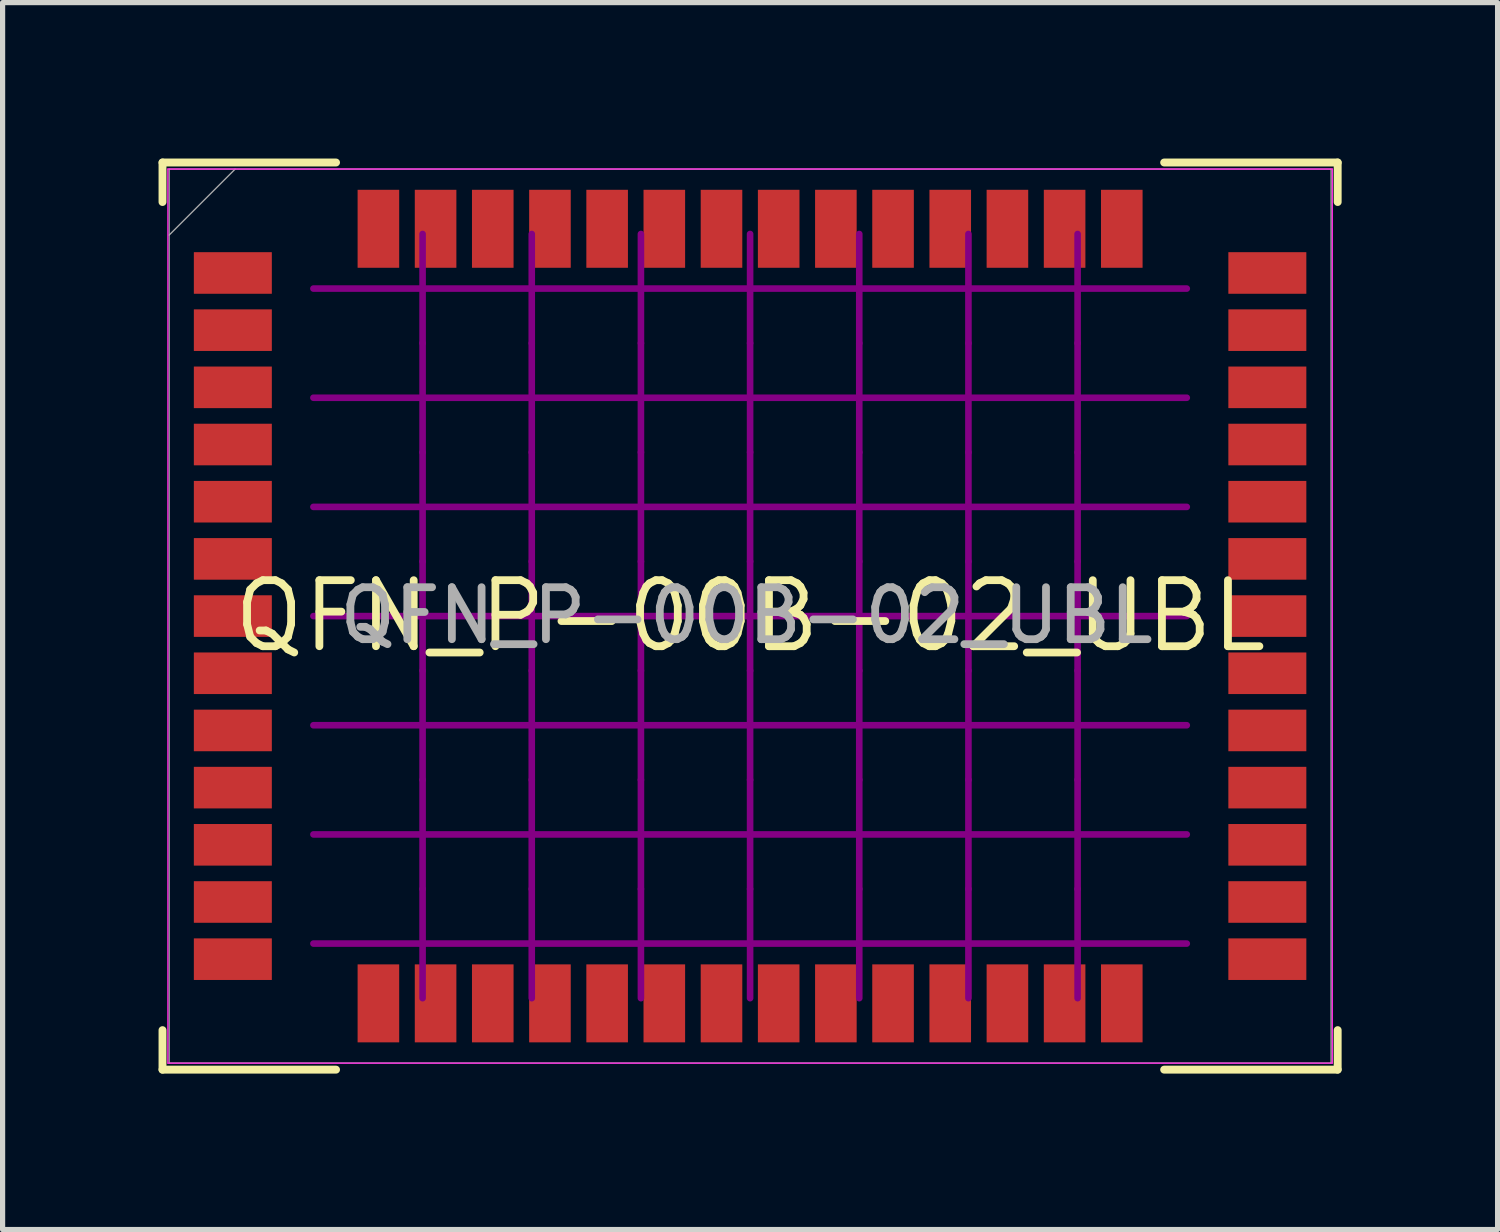
<source format=kicad_pcb>
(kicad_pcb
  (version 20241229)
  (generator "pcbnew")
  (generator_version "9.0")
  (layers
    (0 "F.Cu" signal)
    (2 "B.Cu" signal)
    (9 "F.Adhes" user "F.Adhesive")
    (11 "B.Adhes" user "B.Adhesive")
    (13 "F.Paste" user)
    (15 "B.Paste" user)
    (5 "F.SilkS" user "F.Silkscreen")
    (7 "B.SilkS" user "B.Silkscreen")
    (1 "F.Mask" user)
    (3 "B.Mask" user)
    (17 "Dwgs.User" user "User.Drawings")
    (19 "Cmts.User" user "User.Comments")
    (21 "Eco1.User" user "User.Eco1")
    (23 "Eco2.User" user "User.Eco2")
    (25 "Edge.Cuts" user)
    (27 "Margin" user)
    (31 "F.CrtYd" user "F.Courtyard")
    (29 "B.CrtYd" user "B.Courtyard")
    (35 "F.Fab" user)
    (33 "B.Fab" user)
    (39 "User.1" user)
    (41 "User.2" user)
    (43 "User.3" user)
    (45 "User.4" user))
  (footprint "QFN_P-00B-02_UBL"
    (layer "F.Cu")
    (at 11.379 8.801)
    (property "Reference" "QFN_P-00B-02_UBL" (at 0 0 0) (layer "F.SilkS") (effects (font (size 1.27 1.27) (thickness 0.15))))
    (fp_line (start -8.05 -5.95) (end -6.65 -4.55) (stroke (width 0.0001) (type solid)) (layer "F.Mask"))
    (fp_line (start -8.05 -4.55) (end -6.65 -5.95) (stroke (width 0.0001) (type solid)) (layer "F.Mask"))
    (fp_line (start -8.05 -3.85) (end -6.65 -2.45) (stroke (width 0.0001) (type solid)) (layer "F.Mask"))
    (fp_line (start -8.05 -2.45) (end -6.65 -3.85) (stroke (width 0.0001) (type solid)) (layer "F.Mask"))
    (fp_line (start -8.05 -1.75) (end -6.65 -0.35) (stroke (width 0.0001) (type solid)) (layer "F.Mask"))
    (fp_line (start -8.05 -0.35) (end -6.65 -1.75) (stroke (width 0.0001) (type solid)) (layer "F.Mask"))
    (fp_line (start -8.05 0.35) (end -6.65 1.75) (stroke (width 0.0001) (type solid)) (layer "F.Mask"))
    (fp_line (start -8.05 1.75) (end -6.65 0.35) (stroke (width 0.0001) (type solid)) (layer "F.Mask"))
    (fp_line (start -8.05 2.45) (end -6.65 3.85) (stroke (width 0.0001) (type solid)) (layer "F.Mask"))
    (fp_line (start -8.05 3.85) (end -6.65 2.45) (stroke (width 0.0001) (type solid)) (layer "F.Mask"))
    (fp_line (start -8.05 4.55) (end -6.65 5.95) (stroke (width 0.0001) (type solid)) (layer "F.Mask"))
    (fp_line (start -8.05 5.95) (end -6.65 4.55) (stroke (width 0.0001) (type solid)) (layer "F.Mask"))
    (fp_line (start -5.95 -5.95) (end -4.55 -4.55) (stroke (width 0.0001) (type solid)) (layer "F.Mask"))
    (fp_line (start -5.95 -4.55) (end -4.55 -5.95) (stroke (width 0.0001) (type solid)) (layer "F.Mask"))
    (fp_line (start -5.95 -3.85) (end -4.55 -2.45) (stroke (width 0.0001) (type solid)) (layer "F.Mask"))
    (fp_line (start -5.95 -2.45) (end -4.55 -3.85) (stroke (width 0.0001) (type solid)) (layer "F.Mask"))
    (fp_line (start -5.95 -1.75) (end -4.55 -0.35) (stroke (width 0.0001) (type solid)) (layer "F.Mask"))
    (fp_line (start -5.95 -0.35) (end -4.55 -1.75) (stroke (width 0.0001) (type solid)) (layer "F.Mask"))
    (fp_line (start -5.95 0.35) (end -4.55 1.75) (stroke (width 0.0001) (type solid)) (layer "F.Mask"))
    (fp_line (start -5.95 1.75) (end -4.55 0.35) (stroke (width 0.0001) (type solid)) (layer "F.Mask"))
    (fp_line (start -5.95 2.45) (end -4.55 3.85) (stroke (width 0.0001) (type solid)) (layer "F.Mask"))
    (fp_line (start -5.95 3.85) (end -4.55 2.45) (stroke (width 0.0001) (type solid)) (layer "F.Mask"))
    (fp_line (start -5.95 4.55) (end -4.55 5.95) (stroke (width 0.0001) (type solid)) (layer "F.Mask"))
    (fp_line (start -5.95 5.95) (end -4.55 4.55) (stroke (width 0.0001) (type solid)) (layer "F.Mask"))
    (fp_line (start -3.85 -5.95) (end -2.45 -4.55) (stroke (width 0.0001) (type solid)) (layer "F.Mask"))
    (fp_line (start -3.85 -4.55) (end -2.45 -5.95) (stroke (width 0.0001) (type solid)) (layer "F.Mask"))
    (fp_line (start -3.85 -3.85) (end -2.45 -2.45) (stroke (width 0.0001) (type solid)) (layer "F.Mask"))
    (fp_line (start -3.85 -2.45) (end -2.45 -3.85) (stroke (width 0.0001) (type solid)) (layer "F.Mask"))
    (fp_line (start -3.85 -1.75) (end -2.45 -0.35) (stroke (width 0.0001) (type solid)) (layer "F.Mask"))
    (fp_line (start -3.85 -0.35) (end -2.45 -1.75) (stroke (width 0.0001) (type solid)) (layer "F.Mask"))
    (fp_line (start -3.85 0.35) (end -2.45 1.75) (stroke (width 0.0001) (type solid)) (layer "F.Mask"))
    (fp_line (start -3.85 1.75) (end -2.45 0.35) (stroke (width 0.0001) (type solid)) (layer "F.Mask"))
    (fp_line (start -3.85 2.45) (end -2.45 3.85) (stroke (width 0.0001) (type solid)) (layer "F.Mask"))
    (fp_line (start -3.85 3.85) (end -2.45 2.45) (stroke (width 0.0001) (type solid)) (layer "F.Mask"))
    (fp_line (start -3.85 4.55) (end -2.45 5.95) (stroke (width 0.0001) (type solid)) (layer "F.Mask"))
    (fp_line (start -3.85 5.95) (end -2.45 4.55) (stroke (width 0.0001) (type solid)) (layer "F.Mask"))
    (fp_line (start -1.75 -5.95) (end -0.35 -4.55) (stroke (width 0.0001) (type solid)) (layer "F.Mask"))
    (fp_line (start -1.75 -4.55) (end -0.35 -5.95) (stroke (width 0.0001) (type solid)) (layer "F.Mask"))
    (fp_line (start -1.75 -3.85) (end -0.35 -2.45) (stroke (width 0.0001) (type solid)) (layer "F.Mask"))
    (fp_line (start -1.75 -2.45) (end -0.35 -3.85) (stroke (width 0.0001) (type solid)) (layer "F.Mask"))
    (fp_line (start -1.75 -1.75) (end -0.35 -0.35) (stroke (width 0.0001) (type solid)) (layer "F.Mask"))
    (fp_line (start -1.75 -0.35) (end -0.35 -1.75) (stroke (width 0.0001) (type solid)) (layer "F.Mask"))
    (fp_line (start -1.75 0.35) (end -0.35 1.75) (stroke (width 0.0001) (type solid)) (layer "F.Mask"))
    (fp_line (start -1.75 1.75) (end -0.35 0.35) (stroke (width 0.0001) (type solid)) (layer "F.Mask"))
    (fp_line (start -1.75 2.45) (end -0.35 3.85) (stroke (width 0.0001) (type solid)) (layer "F.Mask"))
    (fp_line (start -1.75 3.85) (end -0.35 2.45) (stroke (width 0.0001) (type solid)) (layer "F.Mask"))
    (fp_line (start -1.75 4.55) (end -0.35 5.95) (stroke (width 0.0001) (type solid)) (layer "F.Mask"))
    (fp_line (start -1.75 5.95) (end -0.35 4.55) (stroke (width 0.0001) (type solid)) (layer "F.Mask"))
    (fp_line (start 0.35 -5.95) (end 1.75 -4.55) (stroke (width 0.0001) (type solid)) (layer "F.Mask"))
    (fp_line (start 0.35 -4.55) (end 1.75 -5.95) (stroke (width 0.0001) (type solid)) (layer "F.Mask"))
    (fp_line (start 0.35 -3.85) (end 1.75 -2.45) (stroke (width 0.0001) (type solid)) (layer "F.Mask"))
    (fp_line (start 0.35 -2.45) (end 1.75 -3.85) (stroke (width 0.0001) (type solid)) (layer "F.Mask"))
    (fp_line (start 0.35 -1.75) (end 1.75 -0.35) (stroke (width 0.0001) (type solid)) (layer "F.Mask"))
    (fp_line (start 0.35 -0.35) (end 1.75 -1.75) (stroke (width 0.0001) (type solid)) (layer "F.Mask"))
    (fp_line (start 0.35 0.35) (end 1.75 1.75) (stroke (width 0.0001) (type solid)) (layer "F.Mask"))
    (fp_line (start 0.35 1.75) (end 1.75 0.35) (stroke (width 0.0001) (type solid)) (layer "F.Mask"))
    (fp_line (start 0.35 2.45) (end 1.75 3.85) (stroke (width 0.0001) (type solid)) (layer "F.Mask"))
    (fp_line (start 0.35 3.85) (end 1.75 2.45) (stroke (width 0.0001) (type solid)) (layer "F.Mask"))
    (fp_line (start 0.35 4.55) (end 1.75 5.95) (stroke (width 0.0001) (type solid)) (layer "F.Mask"))
    (fp_line (start 0.35 5.95) (end 1.75 4.55) (stroke (width 0.0001) (type solid)) (layer "F.Mask"))
    (fp_line (start 2.45 -5.95) (end 3.85 -4.55) (stroke (width 0.0001) (type solid)) (layer "F.Mask"))
    (fp_line (start 2.45 -4.55) (end 3.85 -5.95) (stroke (width 0.0001) (type solid)) (layer "F.Mask"))
    (fp_line (start 2.45 -3.85) (end 3.85 -2.45) (stroke (width 0.0001) (type solid)) (layer "F.Mask"))
    (fp_line (start 2.45 -2.45) (end 3.85 -3.85) (stroke (width 0.0001) (type solid)) (layer "F.Mask"))
    (fp_line (start 2.45 -1.75) (end 3.85 -0.35) (stroke (width 0.0001) (type solid)) (layer "F.Mask"))
    (fp_line (start 2.45 -0.35) (end 3.85 -1.75) (stroke (width 0.0001) (type solid)) (layer "F.Mask"))
    (fp_line (start 2.45 0.35) (end 3.85 1.75) (stroke (width 0.0001) (type solid)) (layer "F.Mask"))
    (fp_line (start 2.45 1.75) (end 3.85 0.35) (stroke (width 0.0001) (type solid)) (layer "F.Mask"))
    (fp_line (start 2.45 2.45) (end 3.85 3.85) (stroke (width 0.0001) (type solid)) (layer "F.Mask"))
    (fp_line (start 2.45 3.85) (end 3.85 2.45) (stroke (width 0.0001) (type solid)) (layer "F.Mask"))
    (fp_line (start 2.45 4.55) (end 3.85 5.95) (stroke (width 0.0001) (type solid)) (layer "F.Mask"))
    (fp_line (start 2.45 5.95) (end 3.85 4.55) (stroke (width 0.0001) (type solid)) (layer "F.Mask"))
    (fp_line (start 4.55 -5.95) (end 5.95 -4.55) (stroke (width 0.0001) (type solid)) (layer "F.Mask"))
    (fp_line (start 4.55 -4.55) (end 5.95 -5.95) (stroke (width 0.0001) (type solid)) (layer "F.Mask"))
    (fp_line (start 4.55 -3.85) (end 5.95 -2.45) (stroke (width 0.0001) (type solid)) (layer "F.Mask"))
    (fp_line (start 4.55 -2.45) (end 5.95 -3.85) (stroke (width 0.0001) (type solid)) (layer "F.Mask"))
    (fp_line (start 4.55 -1.75) (end 5.95 -0.35) (stroke (width 0.0001) (type solid)) (layer "F.Mask"))
    (fp_line (start 4.55 -0.35) (end 5.95 -1.75) (stroke (width 0.0001) (type solid)) (layer "F.Mask"))
    (fp_line (start 4.55 0.35) (end 5.95 1.75) (stroke (width 0.0001) (type solid)) (layer "F.Mask"))
    (fp_line (start 4.55 1.75) (end 5.95 0.35) (stroke (width 0.0001) (type solid)) (layer "F.Mask"))
    (fp_line (start 4.55 2.45) (end 5.95 3.85) (stroke (width 0.0001) (type solid)) (layer "F.Mask"))
    (fp_line (start 4.55 3.85) (end 5.95 2.45) (stroke (width 0.0001) (type solid)) (layer "F.Mask"))
    (fp_line (start 4.55 4.55) (end 5.95 5.95) (stroke (width 0.0001) (type solid)) (layer "F.Mask"))
    (fp_line (start 4.55 5.95) (end 5.95 4.55) (stroke (width 0.0001) (type solid)) (layer "F.Mask"))
    (fp_line (start 6.65 -5.95) (end 8.05 -4.55) (stroke (width 0.0001) (type solid)) (layer "F.Mask"))
    (fp_line (start 6.65 -4.55) (end 8.05 -5.95) (stroke (width 0.0001) (type solid)) (layer "F.Mask"))
    (fp_line (start 6.65 -3.85) (end 8.05 -2.45) (stroke (width 0.0001) (type solid)) (layer "F.Mask"))
    (fp_line (start 6.65 -2.45) (end 8.05 -3.85) (stroke (width 0.0001) (type solid)) (layer "F.Mask"))
    (fp_line (start 6.65 -1.75) (end 8.05 -0.35) (stroke (width 0.0001) (type solid)) (layer "F.Mask"))
    (fp_line (start 6.65 -0.35) (end 8.05 -1.75) (stroke (width 0.0001) (type solid)) (layer "F.Mask"))
    (fp_line (start 6.65 0.35) (end 8.05 1.75) (stroke (width 0.0001) (type solid)) (layer "F.Mask"))
    (fp_line (start 6.65 1.75) (end 8.05 0.35) (stroke (width 0.0001) (type solid)) (layer "F.Mask"))
    (fp_line (start 6.65 2.45) (end 8.05 3.85) (stroke (width 0.0001) (type solid)) (layer "F.Mask"))
    (fp_line (start 6.65 3.85) (end 8.05 2.45) (stroke (width 0.0001) (type solid)) (layer "F.Mask"))
    (fp_line (start 6.65 4.55) (end 8.05 5.95) (stroke (width 0.0001) (type solid)) (layer "F.Mask"))
    (fp_line (start 6.65 5.95) (end 8.05 4.55) (stroke (width 0.0001) (type solid)) (layer "F.Mask"))
    (fp_poly (pts (xy -6.65 -4.55) (xy -8.05 -4.55) (xy -8.05 -5.95) (xy -6.65 -5.95)) (stroke (width 0.0001) (type solid)) (fill yes) (layer "F.Mask"))
    (fp_poly (pts (xy -6.65 -2.45) (xy -8.05 -2.45) (xy -8.05 -3.85) (xy -6.65 -3.85)) (stroke (width 0.0001) (type solid)) (fill yes) (layer "F.Mask"))
    (fp_poly (pts (xy -6.65 -0.35) (xy -8.05 -0.35) (xy -8.05 -1.75) (xy -6.65 -1.75)) (stroke (width 0.0001) (type solid)) (fill yes) (layer "F.Mask"))
    (fp_poly (pts (xy -6.65 1.75) (xy -8.05 1.75) (xy -8.05 0.35) (xy -6.65 0.35)) (stroke (width 0.0001) (type solid)) (fill yes) (layer "F.Mask"))
    (fp_poly (pts (xy -6.65 3.85) (xy -8.05 3.85) (xy -8.05 2.45) (xy -6.65 2.45)) (stroke (width 0.0001) (type solid)) (fill yes) (layer "F.Mask"))
    (fp_poly (pts (xy -6.65 5.95) (xy -8.05 5.95) (xy -8.05 4.55) (xy -6.65 4.55)) (stroke (width 0.0001) (type solid)) (fill yes) (layer "F.Mask"))
    (fp_poly (pts (xy -4.55 -4.55) (xy -5.95 -4.55) (xy -5.95 -5.95) (xy -4.55 -5.95)) (stroke (width 0.0001) (type solid)) (fill yes) (layer "F.Mask"))
    (fp_poly (pts (xy -4.55 -2.45) (xy -5.95 -2.45) (xy -5.95 -3.85) (xy -4.55 -3.85)) (stroke (width 0.0001) (type solid)) (fill yes) (layer "F.Mask"))
    (fp_poly (pts (xy -4.55 -0.35) (xy -5.95 -0.35) (xy -5.95 -1.75) (xy -4.55 -1.75)) (stroke (width 0.0001) (type solid)) (fill yes) (layer "F.Mask"))
    (fp_poly (pts (xy -4.55 1.75) (xy -5.95 1.75) (xy -5.95 0.35) (xy -4.55 0.35)) (stroke (width 0.0001) (type solid)) (fill yes) (layer "F.Mask"))
    (fp_poly (pts (xy -4.55 3.85) (xy -5.95 3.85) (xy -5.95 2.45) (xy -4.55 2.45)) (stroke (width 0.0001) (type solid)) (fill yes) (layer "F.Mask"))
    (fp_poly (pts (xy -4.55 5.95) (xy -5.95 5.95) (xy -5.95 4.55) (xy -4.55 4.55)) (stroke (width 0.0001) (type solid)) (fill yes) (layer "F.Mask"))
    (fp_poly (pts (xy -2.45 -4.55) (xy -3.85 -4.55) (xy -3.85 -5.95) (xy -2.45 -5.95)) (stroke (width 0.0001) (type solid)) (fill yes) (layer "F.Mask"))
    (fp_poly (pts (xy -2.45 -2.45) (xy -3.85 -2.45) (xy -3.85 -3.85) (xy -2.45 -3.85)) (stroke (width 0.0001) (type solid)) (fill yes) (layer "F.Mask"))
    (fp_poly (pts (xy -2.45 -0.35) (xy -3.85 -0.35) (xy -3.85 -1.75) (xy -2.45 -1.75)) (stroke (width 0.0001) (type solid)) (fill yes) (layer "F.Mask"))
    (fp_poly (pts (xy -2.45 1.75) (xy -3.85 1.75) (xy -3.85 0.35) (xy -2.45 0.35)) (stroke (width 0.0001) (type solid)) (fill yes) (layer "F.Mask"))
    (fp_poly (pts (xy -2.45 3.85) (xy -3.85 3.85) (xy -3.85 2.45) (xy -2.45 2.45)) (stroke (width 0.0001) (type solid)) (fill yes) (layer "F.Mask"))
    (fp_poly (pts (xy -2.45 5.95) (xy -3.85 5.95) (xy -3.85 4.55) (xy -2.45 4.55)) (stroke (width 0.0001) (type solid)) (fill yes) (layer "F.Mask"))
    (fp_poly (pts (xy -0.35 -4.55) (xy -1.75 -4.55) (xy -1.75 -5.95) (xy -0.35 -5.95)) (stroke (width 0.0001) (type solid)) (fill yes) (layer "F.Mask"))
    (fp_poly (pts (xy -0.35 -2.45) (xy -1.75 -2.45) (xy -1.75 -3.85) (xy -0.35 -3.85)) (stroke (width 0.0001) (type solid)) (fill yes) (layer "F.Mask"))
    (fp_poly (pts (xy -0.35 -0.35) (xy -1.75 -0.35) (xy -1.75 -1.75) (xy -0.35 -1.75)) (stroke (width 0.0001) (type solid)) (fill yes) (layer "F.Mask"))
    (fp_poly (pts (xy -0.35 1.75) (xy -1.75 1.75) (xy -1.75 0.35) (xy -0.35 0.35)) (stroke (width 0.0001) (type solid)) (fill yes) (layer "F.Mask"))
    (fp_poly (pts (xy -0.35 3.85) (xy -1.75 3.85) (xy -1.75 2.45) (xy -0.35 2.45)) (stroke (width 0.0001) (type solid)) (fill yes) (layer "F.Mask"))
    (fp_poly (pts (xy -0.35 5.95) (xy -1.75 5.95) (xy -1.75 4.55) (xy -0.35 4.55)) (stroke (width 0.0001) (type solid)) (fill yes) (layer "F.Mask"))
    (fp_poly (pts (xy 1.75 -4.55) (xy 0.35 -4.55) (xy 0.35 -5.95) (xy 1.75 -5.95)) (stroke (width 0.0001) (type solid)) (fill yes) (layer "F.Mask"))
    (fp_poly (pts (xy 1.75 -2.45) (xy 0.35 -2.45) (xy 0.35 -3.85) (xy 1.75 -3.85)) (stroke (width 0.0001) (type solid)) (fill yes) (layer "F.Mask"))
    (fp_poly (pts (xy 1.75 -0.35) (xy 0.35 -0.35) (xy 0.35 -1.75) (xy 1.75 -1.75)) (stroke (width 0.0001) (type solid)) (fill yes) (layer "F.Mask"))
    (fp_poly (pts (xy 1.75 1.75) (xy 0.35 1.75) (xy 0.35 0.35) (xy 1.75 0.35)) (stroke (width 0.0001) (type solid)) (fill yes) (layer "F.Mask"))
    (fp_poly (pts (xy 1.75 3.85) (xy 0.35 3.85) (xy 0.35 2.45) (xy 1.75 2.45)) (stroke (width 0.0001) (type solid)) (fill yes) (layer "F.Mask"))
    (fp_poly (pts (xy 1.75 5.95) (xy 0.35 5.95) (xy 0.35 4.55) (xy 1.75 4.55)) (stroke (width 0.0001) (type solid)) (fill yes) (layer "F.Mask"))
    (fp_poly (pts (xy 3.85 -4.55) (xy 2.45 -4.55) (xy 2.45 -5.95) (xy 3.85 -5.95)) (stroke (width 0.0001) (type solid)) (fill yes) (layer "F.Mask"))
    (fp_poly (pts (xy 3.85 -2.45) (xy 2.45 -2.45) (xy 2.45 -3.85) (xy 3.85 -3.85)) (stroke (width 0.0001) (type solid)) (fill yes) (layer "F.Mask"))
    (fp_poly (pts (xy 3.85 -0.35) (xy 2.45 -0.35) (xy 2.45 -1.75) (xy 3.85 -1.75)) (stroke (width 0.0001) (type solid)) (fill yes) (layer "F.Mask"))
    (fp_poly (pts (xy 3.85 1.75) (xy 2.45 1.75) (xy 2.45 0.35) (xy 3.85 0.35)) (stroke (width 0.0001) (type solid)) (fill yes) (layer "F.Mask"))
    (fp_poly (pts (xy 3.85 3.85) (xy 2.45 3.85) (xy 2.45 2.45) (xy 3.85 2.45)) (stroke (width 0.0001) (type solid)) (fill yes) (layer "F.Mask"))
    (fp_poly (pts (xy 3.85 5.95) (xy 2.45 5.95) (xy 2.45 4.55) (xy 3.85 4.55)) (stroke (width 0.0001) (type solid)) (fill yes) (layer "F.Mask"))
    (fp_poly (pts (xy 5.95 -4.55) (xy 4.55 -4.55) (xy 4.55 -5.95) (xy 5.95 -5.95)) (stroke (width 0.0001) (type solid)) (fill yes) (layer "F.Mask"))
    (fp_poly (pts (xy 5.95 -2.45) (xy 4.55 -2.45) (xy 4.55 -3.85) (xy 5.95 -3.85)) (stroke (width 0.0001) (type solid)) (fill yes) (layer "F.Mask"))
    (fp_poly (pts (xy 5.95 -0.35) (xy 4.55 -0.35) (xy 4.55 -1.75) (xy 5.95 -1.75)) (stroke (width 0.0001) (type solid)) (fill yes) (layer "F.Mask"))
    (fp_poly (pts (xy 5.95 1.75) (xy 4.55 1.75) (xy 4.55 0.35) (xy 5.95 0.35)) (stroke (width 0.0001) (type solid)) (fill yes) (layer "F.Mask"))
    (fp_poly (pts (xy 5.95 3.85) (xy 4.55 3.85) (xy 4.55 2.45) (xy 5.95 2.45)) (stroke (width 0.0001) (type solid)) (fill yes) (layer "F.Mask"))
    (fp_poly (pts (xy 5.95 5.95) (xy 4.55 5.95) (xy 4.55 4.55) (xy 5.95 4.55)) (stroke (width 0.0001) (type solid)) (fill yes) (layer "F.Mask"))
    (fp_poly (pts (xy 8.05 -4.55) (xy 6.65 -4.55) (xy 6.65 -5.95) (xy 8.05 -5.95)) (stroke (width 0.0001) (type solid)) (fill yes) (layer "F.Mask"))
    (fp_poly (pts (xy 8.05 -2.45) (xy 6.65 -2.45) (xy 6.65 -3.85) (xy 8.05 -3.85)) (stroke (width 0.0001) (type solid)) (fill yes) (layer "F.Mask"))
    (fp_poly (pts (xy 8.05 -0.35) (xy 6.65 -0.35) (xy 6.65 -1.75) (xy 8.05 -1.75)) (stroke (width 0.0001) (type solid)) (fill yes) (layer "F.Mask"))
    (fp_poly (pts (xy 8.05 1.75) (xy 6.65 1.75) (xy 6.65 0.35) (xy 8.05 0.35)) (stroke (width 0.0001) (type solid)) (fill yes) (layer "F.Mask"))
    (fp_poly (pts (xy 8.05 3.85) (xy 6.65 3.85) (xy 6.65 2.45) (xy 8.05 2.45)) (stroke (width 0.0001) (type solid)) (fill yes) (layer "F.Mask"))
    (fp_poly (pts (xy 8.05 5.95) (xy 6.65 5.95) (xy 6.65 4.55) (xy 8.05 4.55)) (stroke (width 0.0001) (type solid)) (fill yes) (layer "F.Mask"))
    (fp_line (start -11.303 -8.725) (end -11.303 -7.965) (stroke (width 0.152) (type solid)) (layer "F.SilkS"))
    (fp_line (start -11.303 7.965) (end -11.303 8.725) (stroke (width 0.152) (type solid)) (layer "F.SilkS"))
    (fp_line (start -11.303 8.725) (end -7.965 8.725) (stroke (width 0.152) (type solid)) (layer "F.SilkS"))
    (fp_line (start -7.965 -8.725) (end -11.303 -8.725) (stroke (width 0.152) (type solid)) (layer "F.SilkS"))
    (fp_line (start 7.965 8.725) (end 11.303 8.725) (stroke (width 0.152) (type solid)) (layer "F.SilkS"))
    (fp_line (start 11.303 -8.725) (end 7.965 -8.725) (stroke (width 0.152) (type solid)) (layer "F.SilkS"))
    (fp_line (start 11.303 -7.965) (end 11.303 -8.725) (stroke (width 0.152) (type solid)) (layer "F.SilkS"))
    (fp_line (start 11.303 8.725) (end 11.303 7.965) (stroke (width 0.152) (type solid)) (layer "F.SilkS"))
    (fp_line (start -6.3 -6.3) (end -8.4 -6.3) (stroke (width 0.127) (type solid)) (layer "F.Adhes"))
    (fp_line (start -6.3 -6.3) (end 6.3 -6.3) (stroke (width 0.127) (type solid)) (layer "F.Adhes"))
    (fp_line (start -6.3 -5.25) (end -6.3 -7.35) (stroke (width 0.127) (type solid)) (layer "F.Adhes"))
    (fp_line (start -6.3 -5.25) (end -6.3 -3.15) (stroke (width 0.127) (type solid)) (layer "F.Adhes"))
    (fp_line (start -6.3 -4.2) (end -8.4 -4.2) (stroke (width 0.127) (type solid)) (layer "F.Adhes"))
    (fp_line (start -6.3 -4.2) (end 6.3 -4.2) (stroke (width 0.127) (type solid)) (layer "F.Adhes"))
    (fp_line (start -6.3 -3.15) (end -6.3 -1.05) (stroke (width 0.127) (type solid)) (layer "F.Adhes"))
    (fp_line (start -6.3 -2.1) (end -8.4 -2.1) (stroke (width 0.127) (type solid)) (layer "F.Adhes"))
    (fp_line (start -6.3 -2.1) (end 6.3 -2.1) (stroke (width 0.127) (type solid)) (layer "F.Adhes"))
    (fp_line (start -6.3 -1.05) (end -6.3 1.05) (stroke (width 0.127) (type solid)) (layer "F.Adhes"))
    (fp_line (start -6.3 0) (end -8.4 0) (stroke (width 0.127) (type solid)) (layer "F.Adhes"))
    (fp_line (start -6.3 0) (end 6.3 0) (stroke (width 0.127) (type solid)) (layer "F.Adhes"))
    (fp_line (start -6.3 1.05) (end -6.3 3.15) (stroke (width 0.127) (type solid)) (layer "F.Adhes"))
    (fp_line (start -6.3 2.1) (end -8.4 2.1) (stroke (width 0.127) (type solid)) (layer "F.Adhes"))
    (fp_line (start -6.3 2.1) (end 6.3 2.1) (stroke (width 0.127) (type solid)) (layer "F.Adhes"))
    (fp_line (start -6.3 3.15) (end -6.3 5.25) (stroke (width 0.127) (type solid)) (layer "F.Adhes"))
    (fp_line (start -6.3 4.2) (end -8.4 4.2) (stroke (width 0.127) (type solid)) (layer "F.Adhes"))
    (fp_line (start -6.3 4.2) (end 6.3 4.2) (stroke (width 0.127) (type solid)) (layer "F.Adhes"))
    (fp_line (start -6.3 5.25) (end -6.3 7.35) (stroke (width 0.127) (type solid)) (layer "F.Adhes"))
    (fp_line (start -6.3 6.3) (end -8.4 6.3) (stroke (width 0.127) (type solid)) (layer "F.Adhes"))
    (fp_line (start -6.3 6.3) (end 6.3 6.3) (stroke (width 0.127) (type solid)) (layer "F.Adhes"))
    (fp_line (start -4.2 -5.25) (end -4.2 -7.35) (stroke (width 0.127) (type solid)) (layer "F.Adhes"))
    (fp_line (start -4.2 -5.25) (end -4.2 -3.15) (stroke (width 0.127) (type solid)) (layer "F.Adhes"))
    (fp_line (start -4.2 -3.15) (end -4.2 -1.05) (stroke (width 0.127) (type solid)) (layer "F.Adhes"))
    (fp_line (start -4.2 -1.05) (end -4.2 1.05) (stroke (width 0.127) (type solid)) (layer "F.Adhes"))
    (fp_line (start -4.2 1.05) (end -4.2 3.15) (stroke (width 0.127) (type solid)) (layer "F.Adhes"))
    (fp_line (start -4.2 3.15) (end -4.2 5.25) (stroke (width 0.127) (type solid)) (layer "F.Adhes"))
    (fp_line (start -4.2 5.25) (end -4.2 7.35) (stroke (width 0.127) (type solid)) (layer "F.Adhes"))
    (fp_line (start -2.1 -5.25) (end -2.1 -7.35) (stroke (width 0.127) (type solid)) (layer "F.Adhes"))
    (fp_line (start -2.1 -5.25) (end -2.1 -3.15) (stroke (width 0.127) (type solid)) (layer "F.Adhes"))
    (fp_line (start -2.1 -3.15) (end -2.1 -1.05) (stroke (width 0.127) (type solid)) (layer "F.Adhes"))
    (fp_line (start -2.1 -1.05) (end -2.1 1.05) (stroke (width 0.127) (type solid)) (layer "F.Adhes"))
    (fp_line (start -2.1 1.05) (end -2.1 3.15) (stroke (width 0.127) (type solid)) (layer "F.Adhes"))
    (fp_line (start -2.1 3.15) (end -2.1 5.25) (stroke (width 0.127) (type solid)) (layer "F.Adhes"))
    (fp_line (start -2.1 5.25) (end -2.1 7.35) (stroke (width 0.127) (type solid)) (layer "F.Adhes"))
    (fp_line (start 0 -5.25) (end 0 -7.35) (stroke (width 0.127) (type solid)) (layer "F.Adhes"))
    (fp_line (start 0 -5.25) (end 0 -3.15) (stroke (width 0.127) (type solid)) (layer "F.Adhes"))
    (fp_line (start 0 -3.15) (end 0 -1.05) (stroke (width 0.127) (type solid)) (layer "F.Adhes"))
    (fp_line (start 0 -1.05) (end 0 1.05) (stroke (width 0.127) (type solid)) (layer "F.Adhes"))
    (fp_line (start 0 1.05) (end 0 3.15) (stroke (width 0.127) (type solid)) (layer "F.Adhes"))
    (fp_line (start 0 3.15) (end 0 5.25) (stroke (width 0.127) (type solid)) (layer "F.Adhes"))
    (fp_line (start 0 5.25) (end 0 7.35) (stroke (width 0.127) (type solid)) (layer "F.Adhes"))
    (fp_line (start 2.1 -5.25) (end 2.1 -7.35) (stroke (width 0.127) (type solid)) (layer "F.Adhes"))
    (fp_line (start 2.1 -5.25) (end 2.1 -3.15) (stroke (width 0.127) (type solid)) (layer "F.Adhes"))
    (fp_line (start 2.1 -3.15) (end 2.1 -1.05) (stroke (width 0.127) (type solid)) (layer "F.Adhes"))
    (fp_line (start 2.1 -1.05) (end 2.1 1.05) (stroke (width 0.127) (type solid)) (layer "F.Adhes"))
    (fp_line (start 2.1 1.05) (end 2.1 3.15) (stroke (width 0.127) (type solid)) (layer "F.Adhes"))
    (fp_line (start 2.1 3.15) (end 2.1 5.25) (stroke (width 0.127) (type solid)) (layer "F.Adhes"))
    (fp_line (start 2.1 5.25) (end 2.1 7.35) (stroke (width 0.127) (type solid)) (layer "F.Adhes"))
    (fp_line (start 4.2 -5.25) (end 4.2 -7.35) (stroke (width 0.127) (type solid)) (layer "F.Adhes"))
    (fp_line (start 4.2 -5.25) (end 4.2 -3.15) (stroke (width 0.127) (type solid)) (layer "F.Adhes"))
    (fp_line (start 4.2 -3.15) (end 4.2 -1.05) (stroke (width 0.127) (type solid)) (layer "F.Adhes"))
    (fp_line (start 4.2 -1.05) (end 4.2 1.05) (stroke (width 0.127) (type solid)) (layer "F.Adhes"))
    (fp_line (start 4.2 1.05) (end 4.2 3.15) (stroke (width 0.127) (type solid)) (layer "F.Adhes"))
    (fp_line (start 4.2 3.15) (end 4.2 5.25) (stroke (width 0.127) (type solid)) (layer "F.Adhes"))
    (fp_line (start 4.2 5.25) (end 4.2 7.35) (stroke (width 0.127) (type solid)) (layer "F.Adhes"))
    (fp_line (start 6.3 -6.3) (end 8.4 -6.3) (stroke (width 0.127) (type solid)) (layer "F.Adhes"))
    (fp_line (start 6.3 -5.25) (end 6.3 -7.35) (stroke (width 0.127) (type solid)) (layer "F.Adhes"))
    (fp_line (start 6.3 -5.25) (end 6.3 -3.15) (stroke (width 0.127) (type solid)) (layer "F.Adhes"))
    (fp_line (start 6.3 -4.2) (end 8.4 -4.2) (stroke (width 0.127) (type solid)) (layer "F.Adhes"))
    (fp_line (start 6.3 -3.15) (end 6.3 -1.05) (stroke (width 0.127) (type solid)) (layer "F.Adhes"))
    (fp_line (start 6.3 -2.1) (end 8.4 -2.1) (stroke (width 0.127) (type solid)) (layer "F.Adhes"))
    (fp_line (start 6.3 -1.05) (end 6.3 1.05) (stroke (width 0.127) (type solid)) (layer "F.Adhes"))
    (fp_line (start 6.3 0) (end 8.4 0) (stroke (width 0.127) (type solid)) (layer "F.Adhes"))
    (fp_line (start 6.3 1.05) (end 6.3 3.15) (stroke (width 0.127) (type solid)) (layer "F.Adhes"))
    (fp_line (start 6.3 2.1) (end 8.4 2.1) (stroke (width 0.127) (type solid)) (layer "F.Adhes"))
    (fp_line (start 6.3 3.15) (end 6.3 5.25) (stroke (width 0.127) (type solid)) (layer "F.Adhes"))
    (fp_line (start 6.3 4.2) (end 8.4 4.2) (stroke (width 0.127) (type solid)) (layer "F.Adhes"))
    (fp_line (start 6.3 5.25) (end 6.3 7.35) (stroke (width 0.127) (type solid)) (layer "F.Adhes"))
    (fp_line (start 6.3 6.3) (end 8.4 6.3) (stroke (width 0.127) (type solid)) (layer "F.Adhes"))
    (fp_line (start -7.85 -5.75) (end -6.85 -4.75) (stroke (width 0.0001) (type solid)) (layer "F.Paste"))
    (fp_line (start -7.85 -4.75) (end -6.85 -5.75) (stroke (width 0.0001) (type solid)) (layer "F.Paste"))
    (fp_line (start -7.85 -3.65) (end -6.85 -2.65) (stroke (width 0.0001) (type solid)) (layer "F.Paste"))
    (fp_line (start -7.85 -2.65) (end -6.85 -3.65) (stroke (width 0.0001) (type solid)) (layer "F.Paste"))
    (fp_line (start -7.85 -1.55) (end -6.85 -0.55) (stroke (width 0.0001) (type solid)) (layer "F.Paste"))
    (fp_line (start -7.85 -0.55) (end -6.85 -1.55) (stroke (width 0.0001) (type solid)) (layer "F.Paste"))
    (fp_line (start -7.85 0.55) (end -6.85 1.55) (stroke (width 0.0001) (type solid)) (layer "F.Paste"))
    (fp_line (start -7.85 1.55) (end -6.85 0.55) (stroke (width 0.0001) (type solid)) (layer "F.Paste"))
    (fp_line (start -7.85 2.65) (end -6.85 3.65) (stroke (width 0.0001) (type solid)) (layer "F.Paste"))
    (fp_line (start -7.85 3.65) (end -6.85 2.65) (stroke (width 0.0001) (type solid)) (layer "F.Paste"))
    (fp_line (start -7.85 4.75) (end -6.85 5.75) (stroke (width 0.0001) (type solid)) (layer "F.Paste"))
    (fp_line (start -7.85 5.75) (end -6.85 4.75) (stroke (width 0.0001) (type solid)) (layer "F.Paste"))
    (fp_line (start -5.7 -5.75) (end -4.7 -4.75) (stroke (width 0.0001) (type solid)) (layer "F.Paste"))
    (fp_line (start -5.7 -4.75) (end -4.7 -5.75) (stroke (width 0.0001) (type solid)) (layer "F.Paste"))
    (fp_line (start -5.7 -3.65) (end -4.7 -2.65) (stroke (width 0.0001) (type solid)) (layer "F.Paste"))
    (fp_line (start -5.7 -2.65) (end -4.7 -3.65) (stroke (width 0.0001) (type solid)) (layer "F.Paste"))
    (fp_line (start -5.7 -1.55) (end -4.7 -0.55) (stroke (width 0.0001) (type solid)) (layer "F.Paste"))
    (fp_line (start -5.7 -0.55) (end -4.7 -1.55) (stroke (width 0.0001) (type solid)) (layer "F.Paste"))
    (fp_line (start -5.7 0.55) (end -4.7 1.55) (stroke (width 0.0001) (type solid)) (layer "F.Paste"))
    (fp_line (start -5.7 1.55) (end -4.7 0.55) (stroke (width 0.0001) (type solid)) (layer "F.Paste"))
    (fp_line (start -5.7 2.65) (end -4.7 3.65) (stroke (width 0.0001) (type solid)) (layer "F.Paste"))
    (fp_line (start -5.7 3.65) (end -4.7 2.65) (stroke (width 0.0001) (type solid)) (layer "F.Paste"))
    (fp_line (start -5.7 4.75) (end -4.7 5.75) (stroke (width 0.0001) (type solid)) (layer "F.Paste"))
    (fp_line (start -5.7 5.75) (end -4.7 4.75) (stroke (width 0.0001) (type solid)) (layer "F.Paste"))
    (fp_line (start -3.65 -5.75) (end -2.65 -4.75) (stroke (width 0.0001) (type solid)) (layer "F.Paste"))
    (fp_line (start -3.65 -4.75) (end -2.65 -5.75) (stroke (width 0.0001) (type solid)) (layer "F.Paste"))
    (fp_line (start -3.65 -3.65) (end -2.65 -2.65) (stroke (width 0.0001) (type solid)) (layer "F.Paste"))
    (fp_line (start -3.65 -2.65) (end -2.65 -3.65) (stroke (width 0.0001) (type solid)) (layer "F.Paste"))
    (fp_line (start -3.65 -1.55) (end -2.65 -0.55) (stroke (width 0.0001) (type solid)) (layer "F.Paste"))
    (fp_line (start -3.65 -0.55) (end -2.65 -1.55) (stroke (width 0.0001) (type solid)) (layer "F.Paste"))
    (fp_line (start -3.65 0.55) (end -2.65 1.55) (stroke (width 0.0001) (type solid)) (layer "F.Paste"))
    (fp_line (start -3.65 1.55) (end -2.65 0.55) (stroke (width 0.0001) (type solid)) (layer "F.Paste"))
    (fp_line (start -3.65 2.65) (end -2.65 3.65) (stroke (width 0.0001) (type solid)) (layer "F.Paste"))
    (fp_line (start -3.65 3.65) (end -2.65 2.65) (stroke (width 0.0001) (type solid)) (layer "F.Paste"))
    (fp_line (start -3.65 4.75) (end -2.65 5.75) (stroke (width 0.0001) (type solid)) (layer "F.Paste"))
    (fp_line (start -3.65 5.75) (end -2.65 4.75) (stroke (width 0.0001) (type solid)) (layer "F.Paste"))
    (fp_line (start -1.55 -5.75) (end -0.55 -4.75) (stroke (width 0.0001) (type solid)) (layer "F.Paste"))
    (fp_line (start -1.55 -4.75) (end -0.55 -5.75) (stroke (width 0.0001) (type solid)) (layer "F.Paste"))
    (fp_line (start -1.55 -3.65) (end -0.55 -2.65) (stroke (width 0.0001) (type solid)) (layer "F.Paste"))
    (fp_line (start -1.55 -2.65) (end -0.55 -3.65) (stroke (width 0.0001) (type solid)) (layer "F.Paste"))
    (fp_line (start -1.55 -1.55) (end -0.55 -0.55) (stroke (width 0.0001) (type solid)) (layer "F.Paste"))
    (fp_line (start -1.55 -0.55) (end -0.55 -1.55) (stroke (width 0.0001) (type solid)) (layer "F.Paste"))
    (fp_line (start -1.55 0.55) (end -0.55 1.55) (stroke (width 0.0001) (type solid)) (layer "F.Paste"))
    (fp_line (start -1.55 1.55) (end -0.55 0.55) (stroke (width 0.0001) (type solid)) (layer "F.Paste"))
    (fp_line (start -1.55 2.65) (end -0.55 3.65) (stroke (width 0.0001) (type solid)) (layer "F.Paste"))
    (fp_line (start -1.55 3.65) (end -0.55 2.65) (stroke (width 0.0001) (type solid)) (layer "F.Paste"))
    (fp_line (start -1.55 4.75) (end -0.55 5.75) (stroke (width 0.0001) (type solid)) (layer "F.Paste"))
    (fp_line (start -1.55 5.75) (end -0.55 4.75) (stroke (width 0.0001) (type solid)) (layer "F.Paste"))
    (fp_line (start 0.55 -5.75) (end 1.55 -4.75) (stroke (width 0.0001) (type solid)) (layer "F.Paste"))
    (fp_line (start 0.55 -4.75) (end 1.55 -5.75) (stroke (width 0.0001) (type solid)) (layer "F.Paste"))
    (fp_line (start 0.55 -3.65) (end 1.55 -2.65) (stroke (width 0.0001) (type solid)) (layer "F.Paste"))
    (fp_line (start 0.55 -2.65) (end 1.55 -3.65) (stroke (width 0.0001) (type solid)) (layer "F.Paste"))
    (fp_line (start 0.55 -1.55) (end 1.55 -0.55) (stroke (width 0.0001) (type solid)) (layer "F.Paste"))
    (fp_line (start 0.55 -0.55) (end 1.55 -1.55) (stroke (width 0.0001) (type solid)) (layer "F.Paste"))
    (fp_line (start 0.55 0.55) (end 1.55 1.55) (stroke (width 0.0001) (type solid)) (layer "F.Paste"))
    (fp_line (start 0.55 1.55) (end 1.55 0.55) (stroke (width 0.0001) (type solid)) (layer "F.Paste"))
    (fp_line (start 0.55 2.65) (end 1.55 3.65) (stroke (width 0.0001) (type solid)) (layer "F.Paste"))
    (fp_line (start 0.55 3.65) (end 1.55 2.65) (stroke (width 0.0001) (type solid)) (layer "F.Paste"))
    (fp_line (start 0.55 4.75) (end 1.55 5.75) (stroke (width 0.0001) (type solid)) (layer "F.Paste"))
    (fp_line (start 0.55 5.75) (end 1.55 4.75) (stroke (width 0.0001) (type solid)) (layer "F.Paste"))
    (fp_line (start 2.65 -5.75) (end 3.65 -4.75) (stroke (width 0.0001) (type solid)) (layer "F.Paste"))
    (fp_line (start 2.65 -4.75) (end 3.65 -5.75) (stroke (width 0.0001) (type solid)) (layer "F.Paste"))
    (fp_line (start 2.65 -3.65) (end 3.65 -2.65) (stroke (width 0.0001) (type solid)) (layer "F.Paste"))
    (fp_line (start 2.65 -2.65) (end 3.65 -3.65) (stroke (width 0.0001) (type solid)) (layer "F.Paste"))
    (fp_line (start 2.65 -1.55) (end 3.65 -0.55) (stroke (width 0.0001) (type solid)) (layer "F.Paste"))
    (fp_line (start 2.65 -0.55) (end 3.65 -1.55) (stroke (width 0.0001) (type solid)) (layer "F.Paste"))
    (fp_line (start 2.65 0.55) (end 3.65 1.55) (stroke (width 0.0001) (type solid)) (layer "F.Paste"))
    (fp_line (start 2.65 1.55) (end 3.65 0.55) (stroke (width 0.0001) (type solid)) (layer "F.Paste"))
    (fp_line (start 2.65 2.65) (end 3.65 3.65) (stroke (width 0.0001) (type solid)) (layer "F.Paste"))
    (fp_line (start 2.65 3.65) (end 3.65 2.65) (stroke (width 0.0001) (type solid)) (layer "F.Paste"))
    (fp_line (start 2.65 4.75) (end 3.65 5.75) (stroke (width 0.0001) (type solid)) (layer "F.Paste"))
    (fp_line (start 2.65 5.75) (end 3.65 4.75) (stroke (width 0.0001) (type solid)) (layer "F.Paste"))
    (fp_line (start 4.75 -5.75) (end 5.75 -4.75) (stroke (width 0.0001) (type solid)) (layer "F.Paste"))
    (fp_line (start 4.75 -4.75) (end 5.75 -5.75) (stroke (width 0.0001) (type solid)) (layer "F.Paste"))
    (fp_line (start 4.75 -3.65) (end 5.75 -2.65) (stroke (width 0.0001) (type solid)) (layer "F.Paste"))
    (fp_line (start 4.75 -2.65) (end 5.75 -3.65) (stroke (width 0.0001) (type solid)) (layer "F.Paste"))
    (fp_line (start 4.75 -1.55) (end 5.75 -0.55) (stroke (width 0.0001) (type solid)) (layer "F.Paste"))
    (fp_line (start 4.75 -0.55) (end 5.75 -1.55) (stroke (width 0.0001) (type solid)) (layer "F.Paste"))
    (fp_line (start 4.75 0.55) (end 5.75 1.55) (stroke (width 0.0001) (type solid)) (layer "F.Paste"))
    (fp_line (start 4.75 1.55) (end 5.75 0.55) (stroke (width 0.0001) (type solid)) (layer "F.Paste"))
    (fp_line (start 4.75 2.65) (end 5.75 3.65) (stroke (width 0.0001) (type solid)) (layer "F.Paste"))
    (fp_line (start 4.75 3.65) (end 5.75 2.65) (stroke (width 0.0001) (type solid)) (layer "F.Paste"))
    (fp_line (start 4.75 4.75) (end 5.75 5.75) (stroke (width 0.0001) (type solid)) (layer "F.Paste"))
    (fp_line (start 4.75 5.75) (end 5.75 4.75) (stroke (width 0.0001) (type solid)) (layer "F.Paste"))
    (fp_line (start 6.85 -5.75) (end 7.85 -4.75) (stroke (width 0.0001) (type solid)) (layer "F.Paste"))
    (fp_line (start 6.85 -4.75) (end 7.85 -5.75) (stroke (width 0.0001) (type solid)) (layer "F.Paste"))
    (fp_line (start 6.85 -3.65) (end 7.85 -2.65) (stroke (width 0.0001) (type solid)) (layer "F.Paste"))
    (fp_line (start 6.85 -2.65) (end 7.85 -3.65) (stroke (width 0.0001) (type solid)) (layer "F.Paste"))
    (fp_line (start 6.85 -1.55) (end 7.85 -0.55) (stroke (width 0.0001) (type solid)) (layer "F.Paste"))
    (fp_line (start 6.85 -0.55) (end 7.85 -1.55) (stroke (width 0.0001) (type solid)) (layer "F.Paste"))
    (fp_line (start 6.85 0.55) (end 7.85 1.55) (stroke (width 0.0001) (type solid)) (layer "F.Paste"))
    (fp_line (start 6.85 1.55) (end 7.85 0.55) (stroke (width 0.0001) (type solid)) (layer "F.Paste"))
    (fp_line (start 6.85 2.65) (end 7.85 3.65) (stroke (width 0.0001) (type solid)) (layer "F.Paste"))
    (fp_line (start 6.85 3.65) (end 7.85 2.65) (stroke (width 0.0001) (type solid)) (layer "F.Paste"))
    (fp_line (start 6.85 4.75) (end 7.85 5.75) (stroke (width 0.0001) (type solid)) (layer "F.Paste"))
    (fp_line (start 6.85 5.75) (end 7.85 4.75) (stroke (width 0.0001) (type solid)) (layer "F.Paste"))
    (fp_poly (pts (xy -6.85 -4.75) (xy -7.85 -4.75) (xy -7.85 -5.75) (xy -6.85 -5.75)) (stroke (width 0.0001) (type solid)) (fill yes) (layer "F.Paste"))
    (fp_poly (pts (xy -6.85 -2.65) (xy -7.85 -2.65) (xy -7.85 -3.65) (xy -6.85 -3.65)) (stroke (width 0.0001) (type solid)) (fill yes) (layer "F.Paste"))
    (fp_poly (pts (xy -6.85 -0.55) (xy -7.85 -0.55) (xy -7.85 -1.55) (xy -6.85 -1.55)) (stroke (width 0.0001) (type solid)) (fill yes) (layer "F.Paste"))
    (fp_poly (pts (xy -6.85 1.55) (xy -7.85 1.55) (xy -7.85 0.55) (xy -6.85 0.55)) (stroke (width 0.0001) (type solid)) (fill yes) (layer "F.Paste"))
    (fp_poly (pts (xy -6.85 3.65) (xy -7.85 3.65) (xy -7.85 2.65) (xy -6.85 2.65)) (stroke (width 0.0001) (type solid)) (fill yes) (layer "F.Paste"))
    (fp_poly (pts (xy -6.85 5.75) (xy -7.85 5.75) (xy -7.85 4.75) (xy -6.85 4.75)) (stroke (width 0.0001) (type solid)) (fill yes) (layer "F.Paste"))
    (fp_poly (pts (xy -4.7 -4.75) (xy -5.7 -4.75) (xy -5.7 -5.75) (xy -4.7 -5.75)) (stroke (width 0.0001) (type solid)) (fill yes) (layer "F.Paste"))
    (fp_poly (pts (xy -4.7 -2.65) (xy -5.7 -2.65) (xy -5.7 -3.65) (xy -4.7 -3.65)) (stroke (width 0.0001) (type solid)) (fill yes) (layer "F.Paste"))
    (fp_poly (pts (xy -4.7 -0.55) (xy -5.7 -0.55) (xy -5.7 -1.55) (xy -4.7 -1.55)) (stroke (width 0.0001) (type solid)) (fill yes) (layer "F.Paste"))
    (fp_poly (pts (xy -4.7 1.55) (xy -5.7 1.55) (xy -5.7 0.55) (xy -4.7 0.55)) (stroke (width 0.0001) (type solid)) (fill yes) (layer "F.Paste"))
    (fp_poly (pts (xy -4.7 3.65) (xy -5.7 3.65) (xy -5.7 2.65) (xy -4.7 2.65)) (stroke (width 0.0001) (type solid)) (fill yes) (layer "F.Paste"))
    (fp_poly (pts (xy -4.7 5.75) (xy -5.7 5.75) (xy -5.7 4.75) (xy -4.7 4.75)) (stroke (width 0.0001) (type solid)) (fill yes) (layer "F.Paste"))
    (fp_poly (pts (xy -2.65 -4.75) (xy -3.65 -4.75) (xy -3.65 -5.75) (xy -2.65 -5.75)) (stroke (width 0.0001) (type solid)) (fill yes) (layer "F.Paste"))
    (fp_poly (pts (xy -2.65 -2.65) (xy -3.65 -2.65) (xy -3.65 -3.65) (xy -2.65 -3.65)) (stroke (width 0.0001) (type solid)) (fill yes) (layer "F.Paste"))
    (fp_poly (pts (xy -2.65 -0.55) (xy -3.65 -0.55) (xy -3.65 -1.55) (xy -2.65 -1.55)) (stroke (width 0.0001) (type solid)) (fill yes) (layer "F.Paste"))
    (fp_poly (pts (xy -2.65 1.55) (xy -3.65 1.55) (xy -3.65 0.55) (xy -2.65 0.55)) (stroke (width 0.0001) (type solid)) (fill yes) (layer "F.Paste"))
    (fp_poly (pts (xy -2.65 3.65) (xy -3.65 3.65) (xy -3.65 2.65) (xy -2.65 2.65)) (stroke (width 0.0001) (type solid)) (fill yes) (layer "F.Paste"))
    (fp_poly (pts (xy -2.65 5.75) (xy -3.65 5.75) (xy -3.65 4.75) (xy -2.65 4.75)) (stroke (width 0.0001) (type solid)) (fill yes) (layer "F.Paste"))
    (fp_poly (pts (xy -0.55 -4.75) (xy -1.55 -4.75) (xy -1.55 -5.75) (xy -0.55 -5.75)) (stroke (width 0.0001) (type solid)) (fill yes) (layer "F.Paste"))
    (fp_poly (pts (xy -0.55 -2.65) (xy -1.55 -2.65) (xy -1.55 -3.65) (xy -0.55 -3.65)) (stroke (width 0.0001) (type solid)) (fill yes) (layer "F.Paste"))
    (fp_poly (pts (xy -0.55 -0.55) (xy -1.55 -0.55) (xy -1.55 -1.55) (xy -0.55 -1.55)) (stroke (width 0.0001) (type solid)) (fill yes) (layer "F.Paste"))
    (fp_poly (pts (xy -0.55 1.55) (xy -1.55 1.55) (xy -1.55 0.55) (xy -0.55 0.55)) (stroke (width 0.0001) (type solid)) (fill yes) (layer "F.Paste"))
    (fp_poly (pts (xy -0.55 3.65) (xy -1.55 3.65) (xy -1.55 2.65) (xy -0.55 2.65)) (stroke (width 0.0001) (type solid)) (fill yes) (layer "F.Paste"))
    (fp_poly (pts (xy -0.55 5.75) (xy -1.55 5.75) (xy -1.55 4.75) (xy -0.55 4.75)) (stroke (width 0.0001) (type solid)) (fill yes) (layer "F.Paste"))
    (fp_poly (pts (xy 1.55 -4.75) (xy 0.55 -4.75) (xy 0.55 -5.75) (xy 1.55 -5.75)) (stroke (width 0.0001) (type solid)) (fill yes) (layer "F.Paste"))
    (fp_poly (pts (xy 1.55 -2.65) (xy 0.55 -2.65) (xy 0.55 -3.65) (xy 1.55 -3.65)) (stroke (width 0.0001) (type solid)) (fill yes) (layer "F.Paste"))
    (fp_poly (pts (xy 1.55 -0.55) (xy 0.55 -0.55) (xy 0.55 -1.55) (xy 1.55 -1.55)) (stroke (width 0.0001) (type solid)) (fill yes) (layer "F.Paste"))
    (fp_poly (pts (xy 1.55 1.55) (xy 0.55 1.55) (xy 0.55 0.55) (xy 1.55 0.55)) (stroke (width 0.0001) (type solid)) (fill yes) (layer "F.Paste"))
    (fp_poly (pts (xy 1.55 3.65) (xy 0.55 3.65) (xy 0.55 2.65) (xy 1.55 2.65)) (stroke (width 0.0001) (type solid)) (fill yes) (layer "F.Paste"))
    (fp_poly (pts (xy 1.55 5.75) (xy 0.55 5.75) (xy 0.55 4.75) (xy 1.55 4.75)) (stroke (width 0.0001) (type solid)) (fill yes) (layer "F.Paste"))
    (fp_poly (pts (xy 3.65 -4.75) (xy 2.65 -4.75) (xy 2.65 -5.75) (xy 3.65 -5.75)) (stroke (width 0.0001) (type solid)) (fill yes) (layer "F.Paste"))
    (fp_poly (pts (xy 3.65 -2.65) (xy 2.65 -2.65) (xy 2.65 -3.65) (xy 3.65 -3.65)) (stroke (width 0.0001) (type solid)) (fill yes) (layer "F.Paste"))
    (fp_poly (pts (xy 3.65 -0.55) (xy 2.65 -0.55) (xy 2.65 -1.55) (xy 3.65 -1.55)) (stroke (width 0.0001) (type solid)) (fill yes) (layer "F.Paste"))
    (fp_poly (pts (xy 3.65 1.55) (xy 2.65 1.55) (xy 2.65 0.55) (xy 3.65 0.55)) (stroke (width 0.0001) (type solid)) (fill yes) (layer "F.Paste"))
    (fp_poly (pts (xy 3.65 3.65) (xy 2.65 3.65) (xy 2.65 2.65) (xy 3.65 2.65)) (stroke (width 0.0001) (type solid)) (fill yes) (layer "F.Paste"))
    (fp_poly (pts (xy 3.65 5.75) (xy 2.65 5.75) (xy 2.65 4.75) (xy 3.65 4.75)) (stroke (width 0.0001) (type solid)) (fill yes) (layer "F.Paste"))
    (fp_poly (pts (xy 5.75 -4.75) (xy 4.75 -4.75) (xy 4.75 -5.75) (xy 5.75 -5.75)) (stroke (width 0.0001) (type solid)) (fill yes) (layer "F.Paste"))
    (fp_poly (pts (xy 5.75 -2.65) (xy 4.75 -2.65) (xy 4.75 -3.65) (xy 5.75 -3.65)) (stroke (width 0.0001) (type solid)) (fill yes) (layer "F.Paste"))
    (fp_poly (pts (xy 5.75 -0.55) (xy 4.75 -0.55) (xy 4.75 -1.55) (xy 5.75 -1.55)) (stroke (width 0.0001) (type solid)) (fill yes) (layer "F.Paste"))
    (fp_poly (pts (xy 5.75 1.55) (xy 4.75 1.55) (xy 4.75 0.55) (xy 5.75 0.55)) (stroke (width 0.0001) (type solid)) (fill yes) (layer "F.Paste"))
    (fp_poly (pts (xy 5.75 3.65) (xy 4.75 3.65) (xy 4.75 2.65) (xy 5.75 2.65)) (stroke (width 0.0001) (type solid)) (fill yes) (layer "F.Paste"))
    (fp_poly (pts (xy 5.75 5.75) (xy 4.75 5.75) (xy 4.75 4.75) (xy 5.75 4.75)) (stroke (width 0.0001) (type solid)) (fill yes) (layer "F.Paste"))
    (fp_poly (pts (xy 7.85 -4.75) (xy 6.85 -4.75) (xy 6.85 -5.75) (xy 7.85 -5.75)) (stroke (width 0.0001) (type solid)) (fill yes) (layer "F.Paste"))
    (fp_poly (pts (xy 7.85 -2.65) (xy 6.85 -2.65) (xy 6.85 -3.65) (xy 7.85 -3.65)) (stroke (width 0.0001) (type solid)) (fill yes) (layer "F.Paste"))
    (fp_poly (pts (xy 7.85 -0.55) (xy 6.85 -0.55) (xy 6.85 -1.55) (xy 7.85 -1.55)) (stroke (width 0.0001) (type solid)) (fill yes) (layer "F.Paste"))
    (fp_poly (pts (xy 7.85 1.55) (xy 6.85 1.55) (xy 6.85 0.55) (xy 7.85 0.55)) (stroke (width 0.0001) (type solid)) (fill yes) (layer "F.Paste"))
    (fp_poly (pts (xy 7.85 3.65) (xy 6.85 3.65) (xy 6.85 2.65) (xy 7.85 2.65)) (stroke (width 0.0001) (type solid)) (fill yes) (layer "F.Paste"))
    (fp_poly (pts (xy 7.85 5.75) (xy 6.85 5.75) (xy 6.85 4.75) (xy 7.85 4.75)) (stroke (width 0.0001) (type solid)) (fill yes) (layer "F.Paste"))
    (fp_line (start -11.2 -8.6) (end -11.2 8.6) (stroke (width 0.025) (type solid)) (layer "F.CrtYd"))
    (fp_line (start -11.2 8.6) (end 11.2 8.6) (stroke (width 0.025) (type solid)) (layer "F.CrtYd"))
    (fp_line (start 11.2 -8.6) (end -11.2 -8.6) (stroke (width 0.025) (type solid)) (layer "F.CrtYd"))
    (fp_line (start 11.2 8.6) (end 11.2 -8.6) (stroke (width 0.025) (type solid)) (layer "F.CrtYd"))
    (fp_line (start -11.176 -8.598) (end -11.176 8.598) (stroke (width 0.025) (type solid)) (layer "F.Fab"))
    (fp_line (start -11.176 -7.328) (end -9.906 -8.598) (stroke (width 0.025) (type solid)) (layer "F.Fab"))
    (fp_line (start -11.176 8.598) (end 11.176 8.598) (stroke (width 0.025) (type solid)) (layer "F.Fab"))
    (fp_line (start 11.176 -8.598) (end -11.176 -8.598) (stroke (width 0.025) (type solid)) (layer "F.Fab"))
    (fp_line (start 11.176 8.598) (end 11.176 -8.598) (stroke (width 0.025) (type solid)) (layer "F.Fab"))
    (fp_text user "${REFERENCE}" (at -0.07 -0.01 0) (unlocked yes) (layer "F.Fab") (effects (font (size 1 1) (thickness 0.15))))
    (pad "1" smd rect (at -7.15 7.45 90) (size 1.5 0.8) (layers "F.Cu" "F.Mask" "F.Paste"))
    (pad "2" smd rect (at -6.05 7.45 90) (size 1.5 0.8) (layers "F.Cu" "F.Mask" "F.Paste"))
    (pad "3" smd rect (at -4.95 7.45 90) (size 1.5 0.8) (layers "F.Cu" "F.Mask" "F.Paste"))
    (pad "4" smd rect (at -3.85 7.45 90) (size 1.5 0.8) (layers "F.Cu" "F.Mask" "F.Paste"))
    (pad "5" smd rect (at -2.75 7.45 90) (size 1.5 0.8) (layers "F.Cu" "F.Mask" "F.Paste"))
    (pad "6" smd rect (at -1.65 7.45 90) (size 1.5 0.8) (layers "F.Cu" "F.Mask" "F.Paste"))
    (pad "7" smd rect (at -0.55 7.45 90) (size 1.5 0.8) (layers "F.Cu" "F.Mask" "F.Paste"))
    (pad "8" smd rect (at 0.55 7.45 90) (size 1.5 0.8) (layers "F.Cu" "F.Mask" "F.Paste"))
    (pad "9" smd rect (at 1.65 7.45 90) (size 1.5 0.8) (layers "F.Cu" "F.Mask" "F.Paste"))
    (pad "10" smd rect (at 2.75 7.45 90) (size 1.5 0.8) (layers "F.Cu" "F.Mask" "F.Paste"))
    (pad "11" smd rect (at 3.85 7.45 90) (size 1.5 0.8) (layers "F.Cu" "F.Mask" "F.Paste"))
    (pad "12" smd rect (at 4.95 7.45 90) (size 1.5 0.8) (layers "F.Cu" "F.Mask" "F.Paste"))
    (pad "13" smd rect (at 6.05 7.45 90) (size 1.5 0.8) (layers "F.Cu" "F.Mask" "F.Paste"))
    (pad "14" smd rect (at 7.15 7.45 90) (size 1.5 0.8) (layers "F.Cu" "F.Mask" "F.Paste"))
    (pad "15" smd rect (at 9.95 6.6 180) (size 1.5 0.8) (layers "F.Cu" "F.Mask" "F.Paste"))
    (pad "16" smd rect (at 9.95 5.5 180) (size 1.5 0.8) (layers "F.Cu" "F.Mask" "F.Paste"))
    (pad "17" smd rect (at 9.95 4.4 180) (size 1.5 0.8) (layers "F.Cu" "F.Mask" "F.Paste"))
    (pad "18" smd rect (at 9.95 3.3 180) (size 1.5 0.8) (layers "F.Cu" "F.Mask" "F.Paste"))
    (pad "19" smd rect (at 9.95 2.2 180) (size 1.5 0.8) (layers "F.Cu" "F.Mask" "F.Paste"))
    (pad "20" smd rect (at 9.95 1.1 180) (size 1.5 0.8) (layers "F.Cu" "F.Mask" "F.Paste"))
    (pad "21" smd rect (at 9.95 0 180) (size 1.5 0.8) (layers "F.Cu" "F.Mask" "F.Paste"))
    (pad "22" smd rect (at 9.95 -1.1 180) (size 1.5 0.8) (layers "F.Cu" "F.Mask" "F.Paste"))
    (pad "23" smd rect (at 9.95 -2.2 180) (size 1.5 0.8) (layers "F.Cu" "F.Mask" "F.Paste"))
    (pad "24" smd rect (at 9.95 -3.3 180) (size 1.5 0.8) (layers "F.Cu" "F.Mask" "F.Paste"))
    (pad "25" smd rect (at 9.95 -4.4 180) (size 1.5 0.8) (layers "F.Cu" "F.Mask" "F.Paste"))
    (pad "26" smd rect (at 9.95 -5.5 180) (size 1.5 0.8) (layers "F.Cu" "F.Mask" "F.Paste"))
    (pad "27" smd rect (at 9.95 -6.6 180) (size 1.5 0.8) (layers "F.Cu" "F.Mask" "F.Paste"))
    (pad "28" smd rect (at 7.15 -7.45 270) (size 1.5 0.8) (layers "F.Cu" "F.Mask" "F.Paste"))
    (pad "29" smd rect (at 6.05 -7.45 270) (size 1.5 0.8) (layers "F.Cu" "F.Mask" "F.Paste"))
    (pad "30" smd rect (at 4.95 -7.45 270) (size 1.5 0.8) (layers "F.Cu" "F.Mask" "F.Paste"))
    (pad "31" smd rect (at 3.85 -7.45 270) (size 1.5 0.8) (layers "F.Cu" "F.Mask" "F.Paste"))
    (pad "32" smd rect (at 2.75 -7.45 270) (size 1.5 0.8) (layers "F.Cu" "F.Mask" "F.Paste"))
    (pad "33" smd rect (at 1.65 -7.45 270) (size 1.5 0.8) (layers "F.Cu" "F.Mask" "F.Paste"))
    (pad "34" smd rect (at 0.55 -7.45 270) (size 1.5 0.8) (layers "F.Cu" "F.Mask" "F.Paste"))
    (pad "35" smd rect (at -0.55 -7.45 270) (size 1.5 0.8) (layers "F.Cu" "F.Mask" "F.Paste"))
    (pad "36" smd rect (at -1.65 -7.45 270) (size 1.5 0.8) (layers "F.Cu" "F.Mask" "F.Paste"))
    (pad "37" smd rect (at -2.75 -7.45 270) (size 1.5 0.8) (layers "F.Cu" "F.Mask" "F.Paste"))
    (pad "38" smd rect (at -3.85 -7.45 270) (size 1.5 0.8) (layers "F.Cu" "F.Mask" "F.Paste"))
    (pad "39" smd rect (at -4.95 -7.45 270) (size 1.5 0.8) (layers "F.Cu" "F.Mask" "F.Paste"))
    (pad "40" smd rect (at -6.05 -7.45 270) (size 1.5 0.8) (layers "F.Cu" "F.Mask" "F.Paste"))
    (pad "41" smd rect (at -7.15 -7.45 270) (size 1.5 0.8) (layers "F.Cu" "F.Mask" "F.Paste"))
    (pad "42" smd rect (at -9.95 -6.6) (size 1.5 0.8) (layers "F.Cu" "F.Mask" "F.Paste"))
    (pad "43" smd rect (at -9.95 -5.5) (size 1.5 0.8) (layers "F.Cu" "F.Mask" "F.Paste"))
    (pad "44" smd rect (at -9.95 -4.4) (size 1.5 0.8) (layers "F.Cu" "F.Mask" "F.Paste"))
    (pad "45" smd rect (at -9.95 -3.3) (size 1.5 0.8) (layers "F.Cu" "F.Mask" "F.Paste"))
    (pad "46" smd rect (at -9.95 -2.2) (size 1.5 0.8) (layers "F.Cu" "F.Mask" "F.Paste"))
    (pad "47" smd rect (at -9.95 -1.1) (size 1.5 0.8) (layers "F.Cu" "F.Mask" "F.Paste"))
    (pad "48" smd rect (at -9.95 0) (size 1.5 0.8) (layers "F.Cu" "F.Mask" "F.Paste"))
    (pad "49" smd rect (at -9.95 1.1) (size 1.5 0.8) (layers "F.Cu" "F.Mask" "F.Paste"))
    (pad "50" smd rect (at -9.95 2.2) (size 1.5 0.8) (layers "F.Cu" "F.Mask" "F.Paste"))
    (pad "51" smd rect (at -9.95 3.3) (size 1.5 0.8) (layers "F.Cu" "F.Mask" "F.Paste"))
    (pad "52" smd rect (at -9.95 4.4) (size 1.5 0.8) (layers "F.Cu" "F.Mask" "F.Paste"))
    (pad "53" smd rect (at -9.95 5.5) (size 1.5 0.8) (layers "F.Cu" "F.Mask" "F.Paste"))
    (pad "54" smd rect (at -9.95 6.6) (size 1.5 0.8) (layers "F.Cu" "F.Mask" "F.Paste"))
    (pad "55" smd circle (at 0 0) (size 0.00001 0.00001) (layers "F.Cu" "F.Mask" "F.Paste")))
  (gr_rect
    (start -3 -3)
    (end 25.758 20.602)
    (stroke (width 0.1) (type default))
    (fill no)
    (layer "Edge.Cuts")))
</source>
